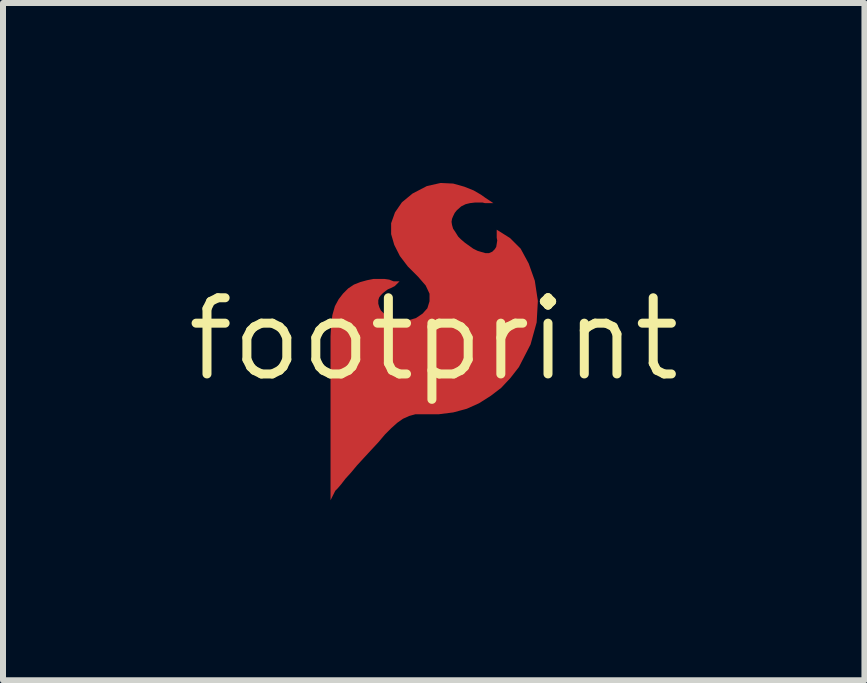
<source format=kicad_pcb>
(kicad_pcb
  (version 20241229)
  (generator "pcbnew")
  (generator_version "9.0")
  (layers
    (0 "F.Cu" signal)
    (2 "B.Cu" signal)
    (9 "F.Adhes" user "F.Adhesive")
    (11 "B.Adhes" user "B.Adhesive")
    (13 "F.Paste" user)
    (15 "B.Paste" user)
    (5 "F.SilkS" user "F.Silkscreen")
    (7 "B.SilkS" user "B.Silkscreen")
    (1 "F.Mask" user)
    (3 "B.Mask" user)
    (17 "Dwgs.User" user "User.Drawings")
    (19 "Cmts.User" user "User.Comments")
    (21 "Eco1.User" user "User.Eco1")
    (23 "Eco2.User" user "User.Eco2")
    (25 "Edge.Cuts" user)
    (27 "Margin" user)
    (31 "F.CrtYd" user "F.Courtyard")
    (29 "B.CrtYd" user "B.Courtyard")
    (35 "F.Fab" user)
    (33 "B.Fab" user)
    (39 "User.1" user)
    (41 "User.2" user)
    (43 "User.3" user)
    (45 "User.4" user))
  (footprint "footprint"
    (layer "F.Cu")
    (at 4.18 2.604)
    (property "Reference" "footprint" (at 0 0 0) (layer "F.SilkS") (effects (font (size 1.27 1.27) (thickness 0.15))))
    (fp_poly (pts (xy 0.324 -2.594) (xy 0.51 -2.542) (xy 0.665 -2.48) (xy 0.789 -2.408) (xy 0.86 -2.357) (xy 0.994 -2.268) (xy 0.853 -2.268) (xy 0.813 -2.278) (xy 0.69 -2.278) (xy 0.605 -2.268) (xy 0.531 -2.25) (xy 0.459 -2.214) (xy 0.386 -2.15) (xy 0.35 -2.105) (xy 0.323 -2.05) (xy 0.305 -2.006) (xy 0.297 -1.956) (xy 0.305 -1.904) (xy 0.323 -1.842) (xy 0.36 -1.787) (xy 0.408 -1.71) (xy 0.454 -1.664) (xy 0.522 -1.606) (xy 0.658 -1.509) (xy 0.732 -1.472) (xy 0.863 -1.434) (xy 0.92 -1.434) (xy 0.976 -1.458) (xy 1.018 -1.5) (xy 1.042 -1.539) (xy 1.059 -1.645) (xy 1.05 -1.692) (xy 1.05 -1.825) (xy 1.272 -1.686) (xy 1.449 -1.509) (xy 1.583 -1.262) (xy 1.685 -0.975) (xy 1.736 -0.638) (xy 1.716 -0.28) (xy 1.614 0.088) (xy 1.42 0.465) (xy 1.277 0.649) (xy 1.124 0.812) (xy 0.95 0.945) (xy 0.756 1.068) (xy 0.551 1.16) (xy 0.325 1.221) (xy 0.08 1.252) (xy -0.307 1.252) (xy -0.409 1.28) (xy -0.513 1.327) (xy -0.608 1.394) (xy -0.706 1.482) (xy -0.814 1.59) (xy -0.923 1.719) (xy -1.054 1.86) (xy -1.174 1.99) (xy -1.283 2.109) (xy -1.383 2.229) (xy -1.473 2.328) (xy -1.542 2.418) (xy -1.604 2.49) (xy -1.641 2.527) (xy -1.72 2.685) (xy -1.72 -0.047) (xy -1.71 -0.239) (xy -1.689 -0.404) (xy -1.647 -0.551) (xy -1.584 -0.667) (xy -1.511 -0.761) (xy -1.426 -0.846) (xy -1.33 -0.91) (xy -1.224 -0.952) (xy -1.111 -0.983) (xy -1.006 -1.004) (xy -0.819 -1.004) (xy -0.742 -0.993) (xy -0.689 -0.972) (xy -0.666 -0.964) (xy -0.57 -0.964) (xy -0.649 -0.885) (xy -0.716 -0.851) (xy -0.763 -0.832) (xy -0.799 -0.806) (xy -0.847 -0.768) (xy -0.883 -0.731) (xy -0.908 -0.698) (xy -0.924 -0.65) (xy -0.924 -0.591) (xy -0.906 -0.53) (xy -0.881 -0.479) (xy -0.826 -0.424) (xy -0.763 -0.37) (xy -0.681 -0.342) (xy -0.577 -0.314) (xy -0.427 -0.314) (xy -0.298 -0.351) (xy -0.187 -0.425) (xy -0.106 -0.515) (xy -0.07 -0.632) (xy -0.07 -0.758) (xy -0.134 -0.895) (xy -0.26 -1.04) (xy -0.431 -1.211) (xy -0.564 -1.386) (xy -0.658 -1.572) (xy -0.71 -1.751) (xy -0.71 -1.933) (xy -0.646 -2.113) (xy -0.53 -2.282) (xy -0.353 -2.428) (xy -0.115 -2.552) (xy 0.115 -2.604)) (stroke (width 0) (type solid)) (fill yes) (layer "F.Cu")))
  (gr_rect
    (start -3 -3)
    (end 11.36 8.29)
    (stroke (width 0.1) (type default))
    (fill no)
    (layer "Edge.Cuts")))
</source>
